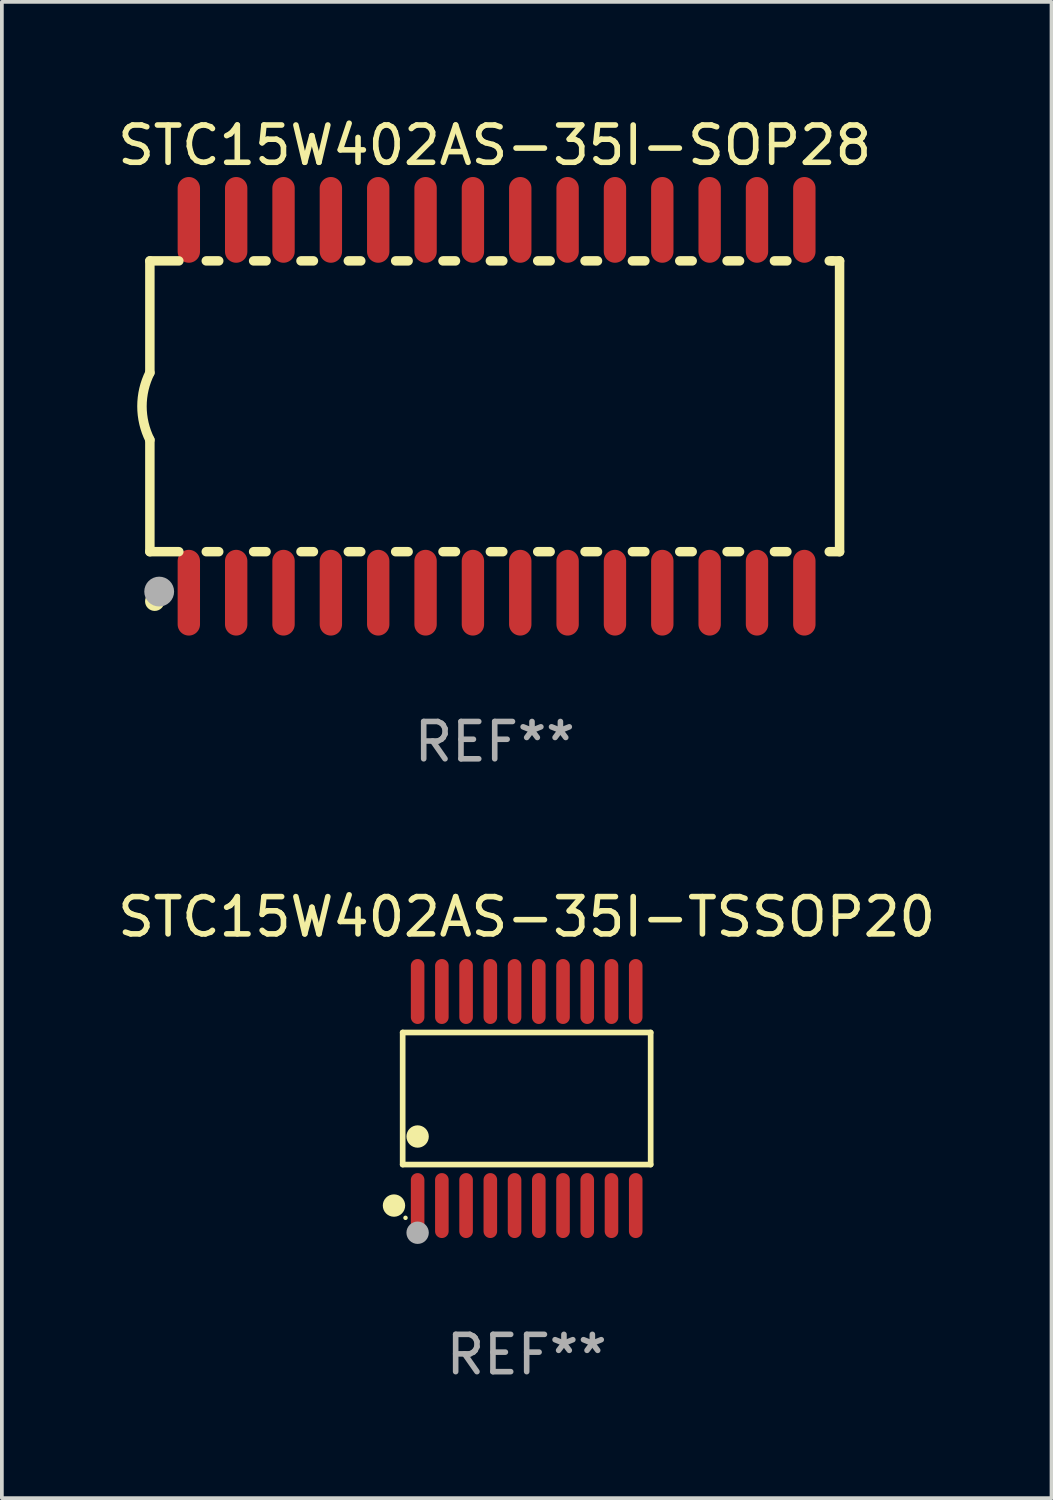
<source format=kicad_pcb>
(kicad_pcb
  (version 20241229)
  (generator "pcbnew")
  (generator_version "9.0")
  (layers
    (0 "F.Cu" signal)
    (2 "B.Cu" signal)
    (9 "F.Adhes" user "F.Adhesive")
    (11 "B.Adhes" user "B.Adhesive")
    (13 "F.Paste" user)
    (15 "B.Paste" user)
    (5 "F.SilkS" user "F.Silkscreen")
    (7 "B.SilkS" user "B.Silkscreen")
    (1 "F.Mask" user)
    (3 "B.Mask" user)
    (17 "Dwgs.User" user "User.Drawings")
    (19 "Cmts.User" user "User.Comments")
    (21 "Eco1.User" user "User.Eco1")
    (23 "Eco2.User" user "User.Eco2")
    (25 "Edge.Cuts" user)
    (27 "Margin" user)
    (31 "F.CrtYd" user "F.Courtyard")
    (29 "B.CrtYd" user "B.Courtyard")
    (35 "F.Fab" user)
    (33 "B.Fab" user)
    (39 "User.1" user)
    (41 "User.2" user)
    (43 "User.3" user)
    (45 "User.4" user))
  (footprint "STC15W402AS-35I-SOP28"
    (layer "F.Cu")
    (at 10.22 7.848)
    (property "Reference" "STC15W402AS-35I-SOP28" (at 0 -7 0) (layer "F.SilkS") (effects (font (size 1 1) (thickness 0.15))))
    (attr through_hole)
    (fp_line (start -9.25 -3.9) (end -9.25 -0.9) (stroke (width 0.254) (type solid)) (layer "F.SilkS"))
    (fp_line (start -9.25 -3.9) (end -8.473 -3.9) (stroke (width 0.254) (type solid)) (layer "F.SilkS"))
    (fp_line (start -9.25 3.9) (end -9.25 0.9) (stroke (width 0.254) (type solid)) (layer "F.SilkS"))
    (fp_line (start -9.25 3.9) (end -8.473 3.9) (stroke (width 0.254) (type solid)) (layer "F.SilkS"))
    (fp_line (start -7.737 -3.9) (end -7.403 -3.9) (stroke (width 0.254) (type solid)) (layer "F.SilkS"))
    (fp_line (start -7.737 3.9) (end -7.403 3.9) (stroke (width 0.254) (type solid)) (layer "F.SilkS"))
    (fp_line (start -6.467 3.9) (end -6.133 3.9) (stroke (width 0.254) (type solid)) (layer "F.SilkS"))
    (fp_line (start -6.467 -3.9) (end -6.133 -3.9) (stroke (width 0.254) (type solid)) (layer "F.SilkS"))
    (fp_line (start -5.197 3.9) (end -4.863 3.9) (stroke (width 0.254) (type solid)) (layer "F.SilkS"))
    (fp_line (start -5.197 -3.9) (end -4.863 -3.9) (stroke (width 0.254) (type solid)) (layer "F.SilkS"))
    (fp_line (start -3.927 3.9) (end -3.593 3.9) (stroke (width 0.254) (type solid)) (layer "F.SilkS"))
    (fp_line (start -3.927 -3.9) (end -3.593 -3.9) (stroke (width 0.254) (type solid)) (layer "F.SilkS"))
    (fp_line (start -2.657 3.9) (end -2.323 3.9) (stroke (width 0.254) (type solid)) (layer "F.SilkS"))
    (fp_line (start -2.657 -3.9) (end -2.323 -3.9) (stroke (width 0.254) (type solid)) (layer "F.SilkS"))
    (fp_line (start -1.387 3.9) (end -1.053 3.9) (stroke (width 0.254) (type solid)) (layer "F.SilkS"))
    (fp_line (start -1.387 -3.9) (end -1.053 -3.9) (stroke (width 0.254) (type solid)) (layer "F.SilkS"))
    (fp_line (start -0.117 3.9) (end 0.217 3.9) (stroke (width 0.254) (type solid)) (layer "F.SilkS"))
    (fp_line (start -0.117 -3.9) (end 0.217 -3.9) (stroke (width 0.254) (type solid)) (layer "F.SilkS"))
    (fp_line (start 1.153 3.9) (end 1.487 3.9) (stroke (width 0.254) (type solid)) (layer "F.SilkS"))
    (fp_line (start 1.153 -3.9) (end 1.487 -3.9) (stroke (width 0.254) (type solid)) (layer "F.SilkS"))
    (fp_line (start 2.423 3.9) (end 2.757 3.9) (stroke (width 0.254) (type solid)) (layer "F.SilkS"))
    (fp_line (start 2.423 -3.9) (end 2.757 -3.9) (stroke (width 0.254) (type solid)) (layer "F.SilkS"))
    (fp_line (start 3.693 3.9) (end 4.027 3.9) (stroke (width 0.254) (type solid)) (layer "F.SilkS"))
    (fp_line (start 3.693 -3.9) (end 4.027 -3.9) (stroke (width 0.254) (type solid)) (layer "F.SilkS"))
    (fp_line (start 4.963 3.9) (end 5.297 3.9) (stroke (width 0.254) (type solid)) (layer "F.SilkS"))
    (fp_line (start 4.963 -3.9) (end 5.297 -3.9) (stroke (width 0.254) (type solid)) (layer "F.SilkS"))
    (fp_line (start 6.233 3.9) (end 6.567 3.9) (stroke (width 0.254) (type solid)) (layer "F.SilkS"))
    (fp_line (start 6.233 -3.9) (end 6.567 -3.9) (stroke (width 0.254) (type solid)) (layer "F.SilkS"))
    (fp_line (start 7.503 -3.9) (end 7.837 -3.9) (stroke (width 0.254) (type solid)) (layer "F.SilkS"))
    (fp_line (start 7.503 3.9) (end 7.837 3.9) (stroke (width 0.254) (type solid)) (layer "F.SilkS"))
    (fp_line (start 8.973 -3.9) (end 9.05 -3.9) (stroke (width 0.254) (type solid)) (layer "F.SilkS"))
    (fp_line (start 8.973 3.9) (end 9.25 3.9) (stroke (width 0.254) (type solid)) (layer "F.SilkS"))
    (fp_line (start 9.05 -3.9) (end 9.25 -3.9) (stroke (width 0.254) (type solid)) (layer "F.SilkS"))
    (fp_line (start 9.25 -3.9) (end 9.25 3.9) (stroke (width 0.254) (type solid)) (layer "F.SilkS"))
    (fp_arc (start -9.249619 0.900432) (mid -9.462013 0.000246) (end -9.249873 -0.9) (stroke (width 0.254001) (type solid)) (layer "F.SilkS"))
    (fp_circle (center -9.2 5.3) (end -9.17 5.3) (stroke (width 0.06) (type solid)) (fill no) (layer "F.SilkS"))
    (fp_circle (center -9.12 5.23) (end -8.988 5.23) (stroke (width 0.254) (type solid)) (fill no) (layer "F.SilkS"))
    (fp_circle (center -9 4.97) (end -8.8 4.97) (stroke (width 0.4) (type solid)) (fill no) (layer "F.Fab"))
    (fp_text user "REF**" (at 0 9 0) (layer "F.Fab") (effects (font (size 1 1) (thickness 0.15))))
    (pad "1" smd oval (at -8.205 5) (size 0.6 2.3) (layers "F.Cu" "F.Mask" "F.Paste"))
    (pad "2" smd oval (at -6.935 5) (size 0.6 2.3) (layers "F.Cu" "F.Mask" "F.Paste"))
    (pad "3" smd oval (at -5.665 5) (size 0.6 2.3) (layers "F.Cu" "F.Mask" "F.Paste"))
    (pad "4" smd oval (at -4.395 5) (size 0.6 2.3) (layers "F.Cu" "F.Mask" "F.Paste"))
    (pad "5" smd oval (at -3.125 5) (size 0.6 2.3) (layers "F.Cu" "F.Mask" "F.Paste"))
    (pad "6" smd oval (at -1.855 5) (size 0.6 2.3) (layers "F.Cu" "F.Mask" "F.Paste"))
    (pad "7" smd oval (at -0.585 5) (size 0.6 2.3) (layers "F.Cu" "F.Mask" "F.Paste"))
    (pad "8" smd oval (at 0.685 5) (size 0.6 2.3) (layers "F.Cu" "F.Mask" "F.Paste"))
    (pad "9" smd oval (at 1.955 5) (size 0.6 2.3) (layers "F.Cu" "F.Mask" "F.Paste"))
    (pad "10" smd oval (at 3.225 5) (size 0.6 2.3) (layers "F.Cu" "F.Mask" "F.Paste"))
    (pad "11" smd oval (at 4.495 5) (size 0.6 2.3) (layers "F.Cu" "F.Mask" "F.Paste"))
    (pad "12" smd oval (at 5.765 5) (size 0.6 2.3) (layers "F.Cu" "F.Mask" "F.Paste"))
    (pad "13" smd oval (at 7.035 5) (size 0.6 2.3) (layers "F.Cu" "F.Mask" "F.Paste"))
    (pad "14" smd oval (at 8.305 5) (size 0.6 2.3) (layers "F.Cu" "F.Mask" "F.Paste"))
    (pad "15" smd oval (at 8.305 -5) (size 0.6 2.3) (layers "F.Cu" "F.Mask" "F.Paste"))
    (pad "16" smd oval (at 7.035 -5) (size 0.6 2.3) (layers "F.Cu" "F.Mask" "F.Paste"))
    (pad "17" smd oval (at 5.765 -5) (size 0.6 2.3) (layers "F.Cu" "F.Mask" "F.Paste"))
    (pad "18" smd oval (at 4.495 -5) (size 0.6 2.3) (layers "F.Cu" "F.Mask" "F.Paste"))
    (pad "19" smd oval (at 3.225 -5) (size 0.6 2.3) (layers "F.Cu" "F.Mask" "F.Paste"))
    (pad "20" smd oval (at 1.955 -5) (size 0.6 2.3) (layers "F.Cu" "F.Mask" "F.Paste"))
    (pad "21" smd oval (at 0.685 -5) (size 0.6 2.3) (layers "F.Cu" "F.Mask" "F.Paste"))
    (pad "22" smd oval (at -0.585 -5) (size 0.6 2.3) (layers "F.Cu" "F.Mask" "F.Paste"))
    (pad "23" smd oval (at -1.855 -5) (size 0.6 2.3) (layers "F.Cu" "F.Mask" "F.Paste"))
    (pad "24" smd oval (at -3.125 -5) (size 0.6 2.3) (layers "F.Cu" "F.Mask" "F.Paste"))
    (pad "25" smd oval (at -4.395 -5) (size 0.6 2.3) (layers "F.Cu" "F.Mask" "F.Paste"))
    (pad "26" smd oval (at -5.665 -5) (size 0.6 2.3) (layers "F.Cu" "F.Mask" "F.Paste"))
    (pad "27" smd oval (at -6.935 -5) (size 0.6 2.3) (layers "F.Cu" "F.Mask" "F.Paste"))
    (pad "28" smd oval (at -8.205 -5) (size 0.6 2.3) (layers "F.Cu" "F.Mask" "F.Paste")))
  (footprint "STC15W402AS-35I-TSSOP20"
    (layer "F.Cu")
    (at 11.077 26.416)
    (property "Reference" "STC15W402AS-35I-TSSOP20" (at 0 -4.871 0) (layer "F.SilkS") (effects (font (size 1 1) (thickness 0.15))))
    (attr through_hole)
    (fp_line (start -3.326 -1.771) (end 3.326 -1.771) (stroke (width 0.152) (type solid)) (layer "F.SilkS"))
    (fp_line (start -3.326 1.771) (end -3.326 -1.771) (stroke (width 0.152) (type solid)) (layer "F.SilkS"))
    (fp_line (start 3.326 -1.771) (end 3.326 1.771) (stroke (width 0.152) (type solid)) (layer "F.SilkS"))
    (fp_line (start 3.326 1.771) (end -3.326 1.771) (stroke (width 0.152) (type solid)) (layer "F.SilkS"))
    (fp_circle (center -3.559 2.871) (end -3.409 2.871) (stroke (width 0.3) (type solid)) (fill no) (layer "F.SilkS"))
    (fp_circle (center -3.25 3.2) (end -3.22 3.2) (stroke (width 0.06) (type solid)) (fill no) (layer "F.SilkS"))
    (fp_circle (center -2.925 1.019) (end -2.775 1.019) (stroke (width 0.3) (type solid)) (fill no) (layer "F.SilkS"))
    (fp_circle (center -2.925 3.6) (end -2.775 3.6) (stroke (width 0.3) (type solid)) (fill no) (layer "F.Fab"))
    (fp_text user "REF**" (at 0 6.871 0) (layer "F.Fab") (effects (font (size 1 1) (thickness 0.15))))
    (pad "1" smd oval (at -2.925 2.871) (size 0.364 1.742) (layers "F.Cu" "F.Mask" "F.Paste"))
    (pad "2" smd oval (at -2.275 2.871) (size 0.364 1.742) (layers "F.Cu" "F.Mask" "F.Paste"))
    (pad "3" smd oval (at -1.625 2.871) (size 0.364 1.742) (layers "F.Cu" "F.Mask" "F.Paste"))
    (pad "4" smd oval (at -0.975 2.871) (size 0.364 1.742) (layers "F.Cu" "F.Mask" "F.Paste"))
    (pad "5" smd oval (at -0.325 2.871) (size 0.364 1.742) (layers "F.Cu" "F.Mask" "F.Paste"))
    (pad "6" smd oval (at 0.325 2.871) (size 0.364 1.742) (layers "F.Cu" "F.Mask" "F.Paste"))
    (pad "7" smd oval (at 0.975 2.871) (size 0.364 1.742) (layers "F.Cu" "F.Mask" "F.Paste"))
    (pad "8" smd oval (at 1.625 2.871) (size 0.364 1.742) (layers "F.Cu" "F.Mask" "F.Paste"))
    (pad "9" smd oval (at 2.275 2.871) (size 0.364 1.742) (layers "F.Cu" "F.Mask" "F.Paste"))
    (pad "10" smd oval (at 2.925 2.871) (size 0.364 1.742) (layers "F.Cu" "F.Mask" "F.Paste"))
    (pad "11" smd oval (at 2.925 -2.871) (size 0.364 1.742) (layers "F.Cu" "F.Mask" "F.Paste"))
    (pad "12" smd oval (at 2.275 -2.871) (size 0.364 1.742) (layers "F.Cu" "F.Mask" "F.Paste"))
    (pad "13" smd oval (at 1.625 -2.871) (size 0.364 1.742) (layers "F.Cu" "F.Mask" "F.Paste"))
    (pad "14" smd oval (at 0.975 -2.871) (size 0.364 1.742) (layers "F.Cu" "F.Mask" "F.Paste"))
    (pad "15" smd oval (at 0.325 -2.871) (size 0.364 1.742) (layers "F.Cu" "F.Mask" "F.Paste"))
    (pad "16" smd oval (at -0.325 -2.871) (size 0.364 1.742) (layers "F.Cu" "F.Mask" "F.Paste"))
    (pad "17" smd oval (at -0.975 -2.871) (size 0.364 1.742) (layers "F.Cu" "F.Mask" "F.Paste"))
    (pad "18" smd oval (at -1.625 -2.871) (size 0.364 1.742) (layers "F.Cu" "F.Mask" "F.Paste"))
    (pad "19" smd oval (at -2.275 -2.871) (size 0.364 1.742) (layers "F.Cu" "F.Mask" "F.Paste"))
    (pad "20" smd oval (at -2.925 -2.871) (size 0.364 1.742) (layers "F.Cu" "F.Mask" "F.Paste")))
  (gr_rect
    (start -3 -3)
    (end 25.155 37.135)
    (stroke (width 0.1) (type default))
    (fill no)
    (layer "Edge.Cuts")))
</source>
